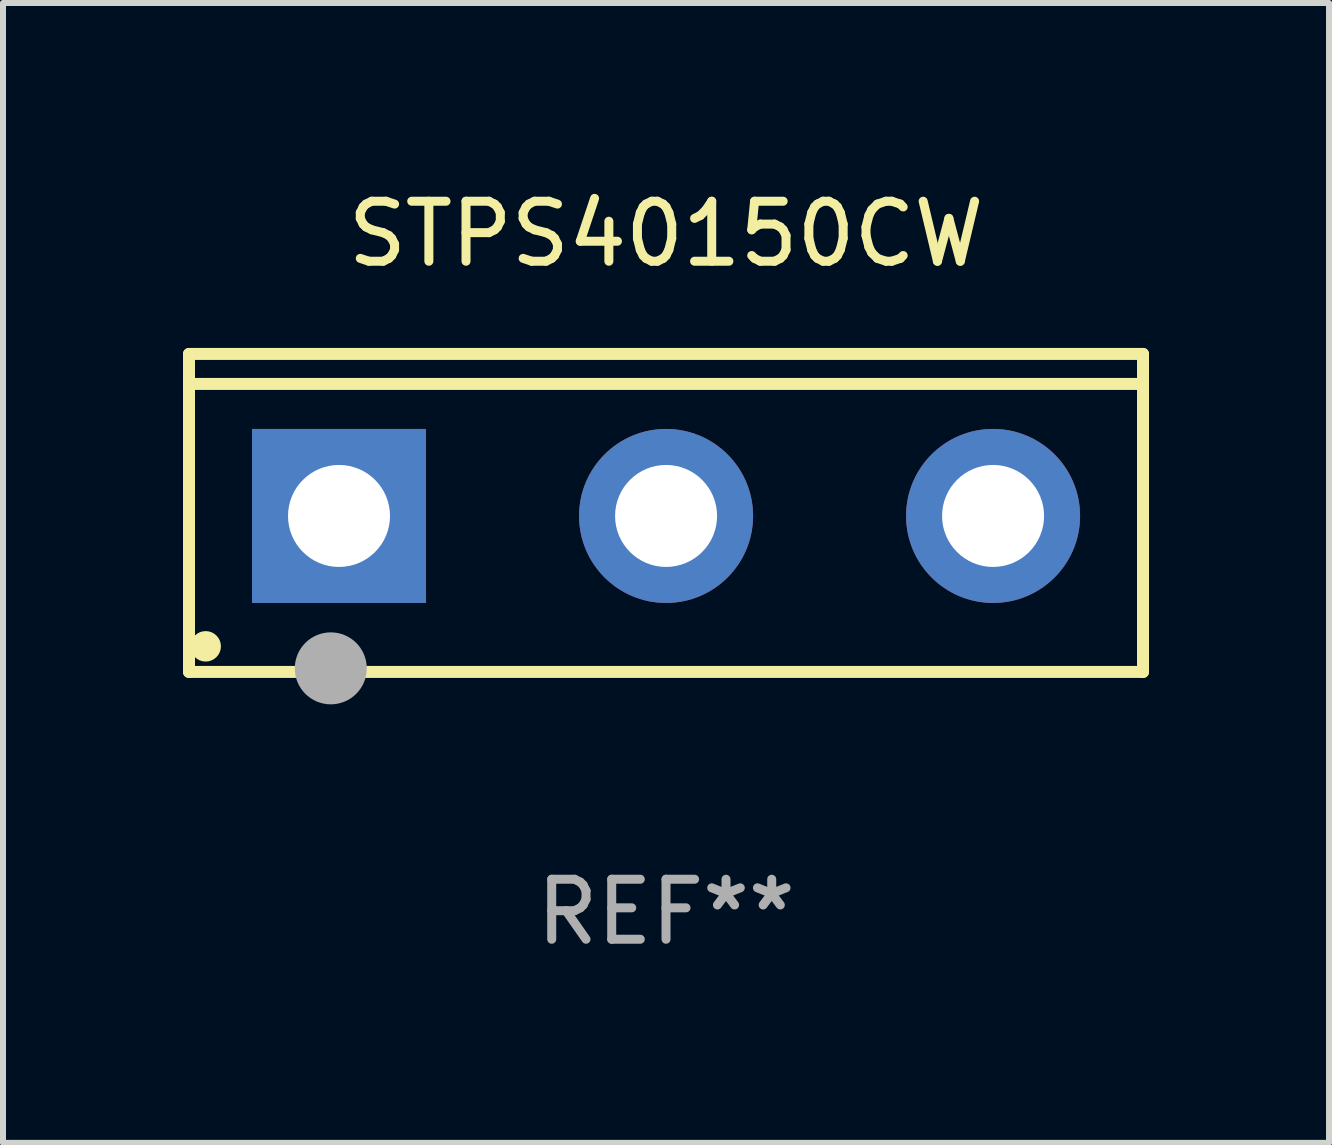
<source format=kicad_pcb>
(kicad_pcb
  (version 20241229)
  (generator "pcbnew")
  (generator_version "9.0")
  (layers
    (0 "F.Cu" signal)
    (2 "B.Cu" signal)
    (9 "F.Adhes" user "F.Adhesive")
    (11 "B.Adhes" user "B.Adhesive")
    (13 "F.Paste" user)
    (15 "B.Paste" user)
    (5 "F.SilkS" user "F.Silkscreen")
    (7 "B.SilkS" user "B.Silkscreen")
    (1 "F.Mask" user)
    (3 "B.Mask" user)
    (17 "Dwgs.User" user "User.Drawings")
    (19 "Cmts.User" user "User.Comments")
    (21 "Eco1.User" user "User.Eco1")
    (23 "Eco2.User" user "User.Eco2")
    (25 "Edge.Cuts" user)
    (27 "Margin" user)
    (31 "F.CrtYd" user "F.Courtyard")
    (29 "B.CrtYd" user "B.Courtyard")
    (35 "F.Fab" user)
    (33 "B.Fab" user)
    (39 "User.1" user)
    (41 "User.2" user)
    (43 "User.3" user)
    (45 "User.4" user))
  (footprint "STPS40150CW"
    (layer "F.Cu")
    (at 8.05 5.499)
    (property "Reference" "STPS40150CW" (at 0 -4.65 0) (layer "F.SilkS") (effects (font (size 1 1) (thickness 0.15))))
    (attr through_hole)
    (fp_line (start -7.95 -2.65) (end -7.95 2.65) (stroke (width 0.2) (type solid)) (layer "F.SilkS"))
    (fp_line (start -7.95 -2.15) (end 7.95 -2.15) (stroke (width 0.2) (type solid)) (layer "F.SilkS"))
    (fp_line (start -7.95 2.65) (end 7.95 2.65) (stroke (width 0.2) (type solid)) (layer "F.SilkS"))
    (fp_line (start 7.95 -2.65) (end -7.95 -2.65) (stroke (width 0.2) (type solid)) (layer "F.SilkS"))
    (fp_line (start 7.95 2.65) (end 7.95 -2.65) (stroke (width 0.2) (type solid)) (layer "F.SilkS"))
    (fp_circle (center -7.672 2.223) (end -7.545 2.223) (stroke (width 0.254) (type solid)) (fill no) (layer "F.SilkS"))
    (fp_circle (center -5.587 2.59) (end -5.287 2.59) (stroke (width 0.6) (type solid)) (fill no) (layer "F.Fab"))
    (fp_text user "REF**" (at 0 6.65 0) (layer "F.Fab") (effects (font (size 1 1) (thickness 0.15))))
    (pad "1" thru_hole rect (at -5.45 0.05) (size 2.9 2.9) (drill 1.7) (layers "*.Cu" "*.Mask"))
    (pad "2" thru_hole circle (at 0.001 0.05) (size 2.9 2.9) (drill 1.7) (layers "*.Cu" "*.Mask"))
    (pad "3" thru_hole circle (at 5.451 0.05) (size 2.9 2.9) (drill 1.7) (layers "*.Cu" "*.Mask")))
  (gr_rect
    (start -3 -3)
    (end 19.1 15.997)
    (stroke (width 0.1) (type default))
    (fill no)
    (layer "Edge.Cuts")))
</source>
